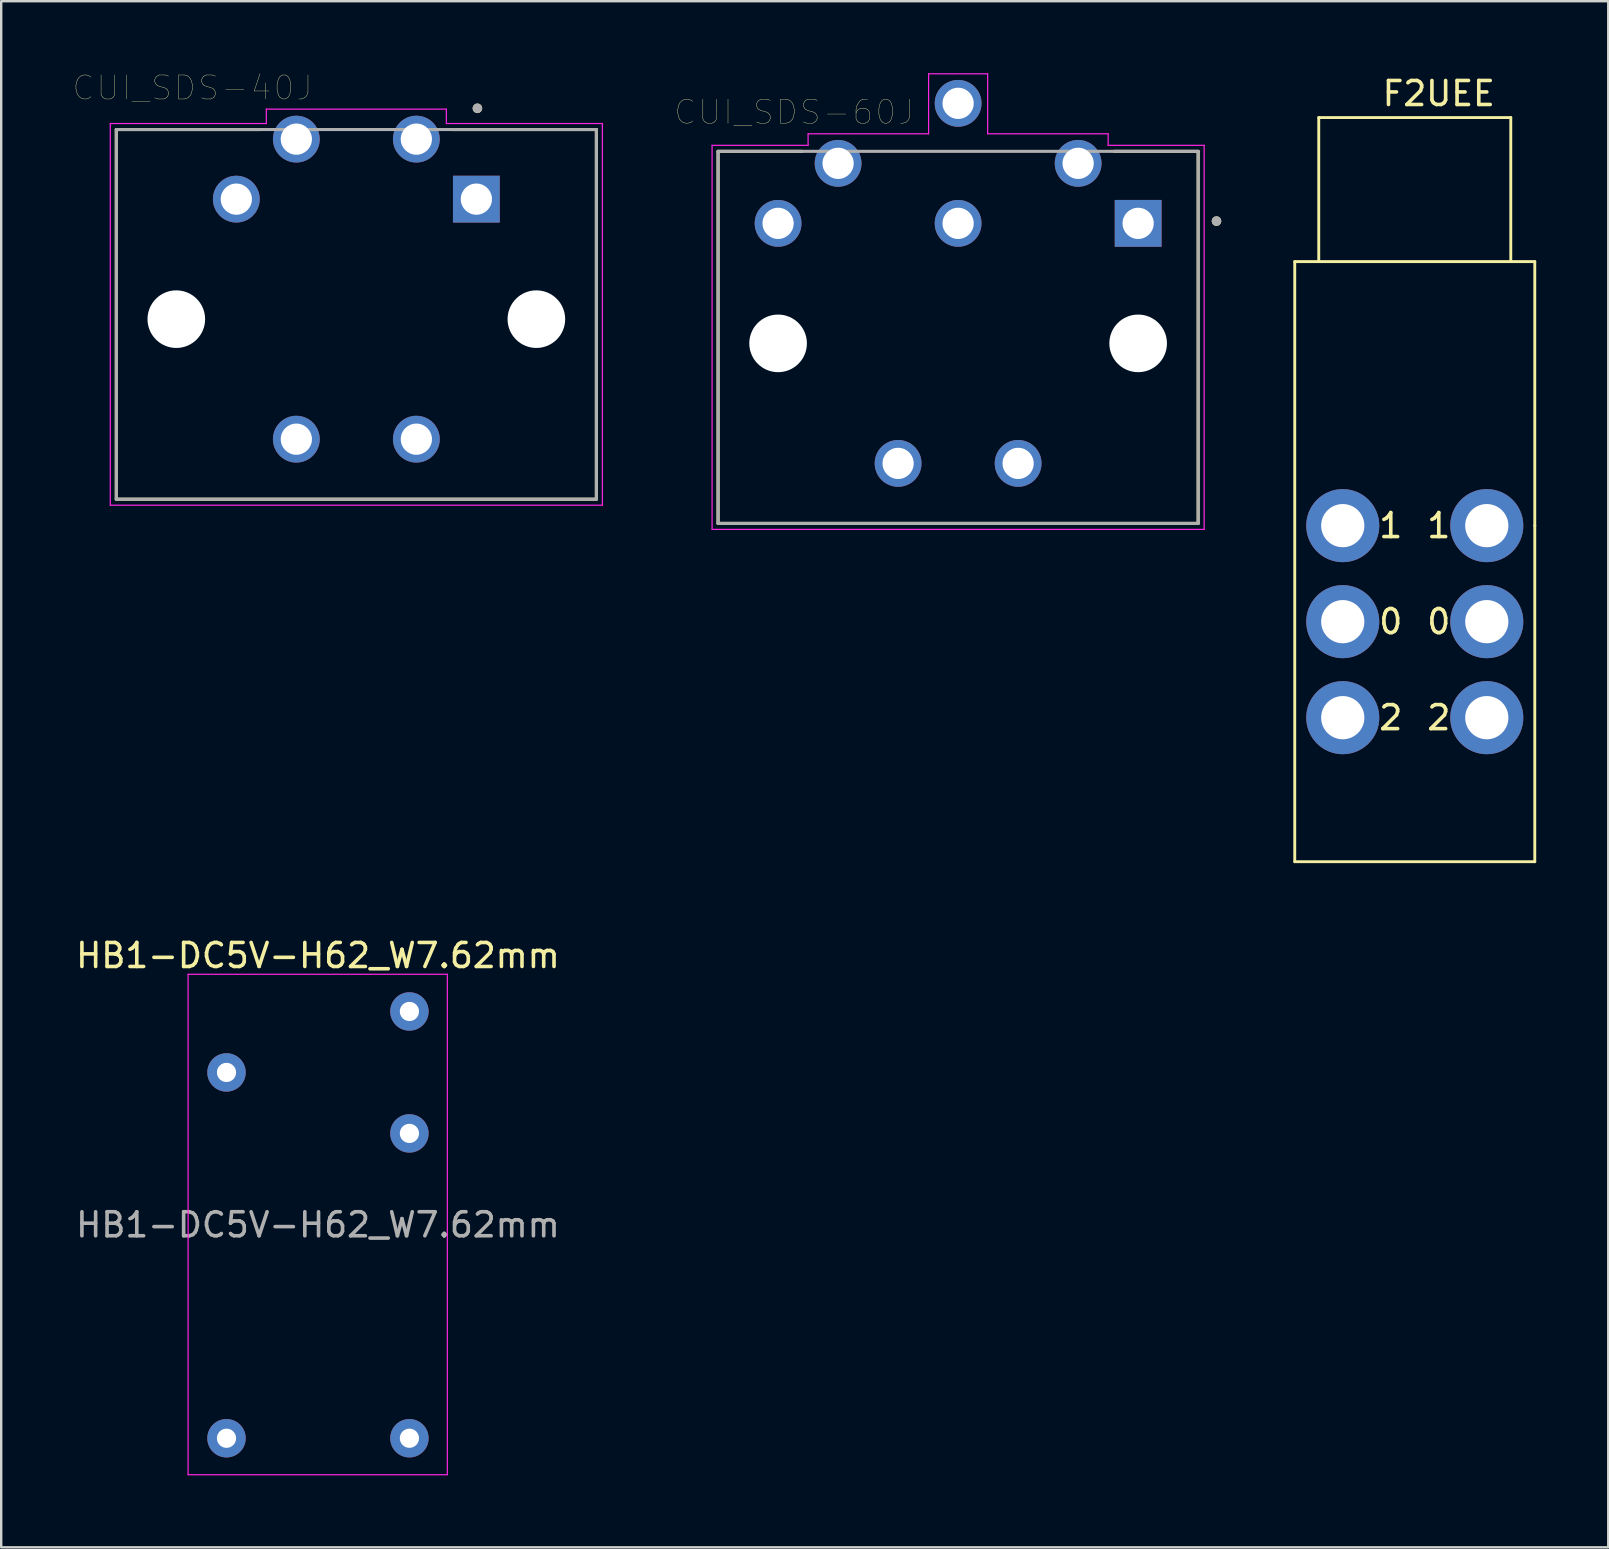
<source format=kicad_pcb>
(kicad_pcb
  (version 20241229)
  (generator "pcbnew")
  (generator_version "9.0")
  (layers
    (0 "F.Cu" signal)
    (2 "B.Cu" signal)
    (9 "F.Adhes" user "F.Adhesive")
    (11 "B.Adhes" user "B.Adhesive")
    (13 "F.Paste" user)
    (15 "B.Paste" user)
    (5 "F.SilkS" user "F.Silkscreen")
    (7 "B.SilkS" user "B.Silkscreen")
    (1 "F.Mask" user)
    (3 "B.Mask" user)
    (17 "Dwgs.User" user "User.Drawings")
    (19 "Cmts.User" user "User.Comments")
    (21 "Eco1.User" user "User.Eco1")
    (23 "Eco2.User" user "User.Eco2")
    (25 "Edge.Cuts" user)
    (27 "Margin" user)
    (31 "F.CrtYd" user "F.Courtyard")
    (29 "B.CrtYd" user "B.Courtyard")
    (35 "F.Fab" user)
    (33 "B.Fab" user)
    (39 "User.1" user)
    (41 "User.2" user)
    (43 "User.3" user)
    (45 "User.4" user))
  (footprint "CUI_SDS-60J"
    (layer "F.Cu")
    (at 36.865 11.255)
    (property "Reference" "CUI_SDS-60J" (at -6.825 -9.635 0) (layer "F.SilkS") (effects (font (size 1 1) (thickness 0.015))))
    (attr through_hole)
    (fp_line (start -10 -8) (end -6.5 -8) (stroke (width 0.127) (type solid)) (layer "F.SilkS"))
    (fp_line (start -10 7.5) (end -10 -8) (stroke (width 0.127) (type solid)) (layer "F.SilkS"))
    (fp_line (start -10 7.5) (end 10 7.5) (stroke (width 0.127) (type solid)) (layer "F.SilkS"))
    (fp_line (start 6.5 -8) (end 10 -8) (stroke (width 0.127) (type solid)) (layer "F.SilkS"))
    (fp_line (start 10 -8) (end 10 7.5) (stroke (width 0.127) (type solid)) (layer "F.SilkS"))
    (fp_circle (center 10.764 -5.094) (end 10.864 -5.094) (stroke (width 0.2) (type solid)) (fill no) (layer "F.SilkS"))
    (fp_line (start -10.25 -8.25) (end -6.25 -8.25) (stroke (width 0.05) (type solid)) (layer "F.CrtYd"))
    (fp_line (start -10.25 7.75) (end -10.25 -8.25) (stroke (width 0.05) (type solid)) (layer "F.CrtYd"))
    (fp_line (start -6.25 -8.73) (end -1.23 -8.73) (stroke (width 0.05) (type solid)) (layer "F.CrtYd"))
    (fp_line (start -6.25 -8.25) (end -6.25 -8.73) (stroke (width 0.05) (type solid)) (layer "F.CrtYd"))
    (fp_line (start -1.23 -11.23) (end 1.23 -11.23) (stroke (width 0.05) (type solid)) (layer "F.CrtYd"))
    (fp_line (start -1.23 -8.73) (end -1.23 -11.23) (stroke (width 0.05) (type solid)) (layer "F.CrtYd"))
    (fp_line (start 1.23 -11.23) (end 1.23 -8.73) (stroke (width 0.05) (type solid)) (layer "F.CrtYd"))
    (fp_line (start 1.23 -8.73) (end 6.25 -8.73) (stroke (width 0.05) (type solid)) (layer "F.CrtYd"))
    (fp_line (start 6.25 -8.73) (end 6.25 -8.25) (stroke (width 0.05) (type solid)) (layer "F.CrtYd"))
    (fp_line (start 6.25 -8.25) (end 10.25 -8.25) (stroke (width 0.05) (type solid)) (layer "F.CrtYd"))
    (fp_line (start 10.25 -8.25) (end 10.25 7.75) (stroke (width 0.05) (type solid)) (layer "F.CrtYd"))
    (fp_line (start 10.25 7.75) (end -10.25 7.75) (stroke (width 0.05) (type solid)) (layer "F.CrtYd"))
    (fp_line (start -10 -8) (end 10 -8) (stroke (width 0.127) (type solid)) (layer "F.Fab"))
    (fp_line (start -10 7.5) (end -10 -8) (stroke (width 0.127) (type solid)) (layer "F.Fab"))
    (fp_line (start 10 -8) (end 10 7.5) (stroke (width 0.127) (type solid)) (layer "F.Fab"))
    (fp_line (start 10 7.5) (end -10 7.5) (stroke (width 0.127) (type solid)) (layer "F.Fab"))
    (fp_circle (center 10.764 -5.094) (end 10.864 -5.094) (stroke (width 0.2) (type solid)) (fill no) (layer "F.Fab"))
    (pad "" np_thru_hole circle (at -7.5 0) (size 2.4 2.4) (drill 2.4) (layers "*.Cu" "*.Mask"))
    (pad "" np_thru_hole circle (at 7.5 0) (size 2.4 2.4) (drill 2.4) (layers "*.Cu" "*.Mask"))
    (pad "1" thru_hole rect (at 7.5 -5) (size 1.95 1.95) (drill 1.3) (layers "*.Cu" "*.Mask"))
    (pad "2" thru_hole circle (at 5 -7.5) (size 1.95 1.95) (drill 1.3) (layers "*.Cu" "*.Mask"))
    (pad "3" thru_hole circle (at 0 -5) (size 1.95 1.95) (drill 1.3) (layers "*.Cu" "*.Mask"))
    (pad "4" thru_hole circle (at -5 -7.5) (size 1.95 1.95) (drill 1.3) (layers "*.Cu" "*.Mask"))
    (pad "5" thru_hole circle (at -7.5 -5) (size 1.95 1.95) (drill 1.3) (layers "*.Cu" "*.Mask"))
    (pad "6" thru_hole circle (at 0 -10) (size 1.95 1.95) (drill 1.3) (layers "*.Cu" "*.Mask"))
    (pad "E1" thru_hole circle (at -2.5 5) (size 1.95 1.95) (drill 1.3) (layers "*.Cu" "*.Mask"))
    (pad "E2" thru_hole circle (at 2.5 5) (size 1.95 1.95) (drill 1.3) (layers "*.Cu" "*.Mask")))
  (footprint "F2UEE"
    (layer "F.Cu")
    (at 58.889 18.848)
    (property "Reference" "F2UEE" (at -2 -18 0) (layer "F.SilkS") (effects (font (size 1 1) (thickness 0.15))))
    (attr through_hole)
    (fp_line (start -8 -11) (end -8 14) (stroke (width 0.12) (type solid)) (layer "F.SilkS"))
    (fp_line (start -8 14) (end 2 14) (stroke (width 0.12) (type solid)) (layer "F.SilkS"))
    (fp_line (start -7 -17) (end 1 -17) (stroke (width 0.12) (type solid)) (layer "F.SilkS"))
    (fp_line (start -7 -11) (end -7 -17) (stroke (width 0.12) (type solid)) (layer "F.SilkS"))
    (fp_line (start 1 -17) (end 1 -11) (stroke (width 0.12) (type solid)) (layer "F.SilkS"))
    (fp_line (start 2 -11) (end -8 -11) (stroke (width 0.12) (type solid)) (layer "F.SilkS"))
    (fp_line (start 2 0) (end 2 -11) (stroke (width 0.12) (type solid)) (layer "F.SilkS"))
    (fp_line (start 2 14) (end 2 0) (stroke (width 0.12) (type solid)) (layer "F.SilkS"))
    (fp_text user "1" (at -2 0 0) (layer "F.SilkS") (effects (font (size 1 1) (thickness 0.15))))
    (fp_text user "0" (at -2 4 0) (layer "F.SilkS") (effects (font (size 1 1) (thickness 0.15))))
    (fp_text user "1" (at -4 0 0) (layer "F.SilkS") (effects (font (size 1 1) (thickness 0.15))))
    (fp_text user "2" (at -2 8 0) (layer "F.SilkS") (effects (font (size 1 1) (thickness 0.15))))
    (fp_text user "2" (at -4 8 0) (layer "F.SilkS") (effects (font (size 1 1) (thickness 0.15))))
    (fp_text user "0" (at -4 4 0) (layer "F.SilkS") (effects (font (size 1 1) (thickness 0.15))))
    (pad "1" thru_hole circle (at -6 0) (size 3.044 3.044) (drill 1.8) (layers "*.Cu" "*.Mask"))
    (pad "2" thru_hole circle (at -6 4) (size 3.044 3.044) (drill 1.8) (layers "*.Cu" "*.Mask"))
    (pad "3" thru_hole circle (at -6 8) (size 3.044 3.044) (drill 1.8) (layers "*.Cu" "*.Mask"))
    (pad "4" thru_hole circle (at 0 0) (size 3.044 3.044) (drill 1.8) (layers "*.Cu" "*.Mask"))
    (pad "5" thru_hole circle (at 0 4) (size 3.044 3.044) (drill 1.8) (layers "*.Cu" "*.Mask"))
    (pad "6" thru_hole circle (at 0 8) (size 3.044 3.044) (drill 1.8) (layers "*.Cu" "*.Mask")))
  (footprint "CUI_SDS-40J"
    (layer "F.Cu")
    (at 11.795 10.246)
    (property "Reference" "CUI_SDS-40J" (at -6.825 -9.635 0) (layer "F.SilkS") (effects (font (size 1 1) (thickness 0.015))))
    (attr through_hole)
    (fp_line (start -10 -7.9) (end -4 -7.9) (stroke (width 0.127) (type solid)) (layer "F.SilkS"))
    (fp_line (start -10 7.5) (end -10 -7.9) (stroke (width 0.127) (type solid)) (layer "F.SilkS"))
    (fp_line (start -10 7.5) (end 10 7.5) (stroke (width 0.127) (type solid)) (layer "F.SilkS"))
    (fp_line (start 4 -7.9) (end 10 -7.9) (stroke (width 0.127) (type solid)) (layer "F.SilkS"))
    (fp_line (start 10 -7.9) (end 10 7.5) (stroke (width 0.127) (type solid)) (layer "F.SilkS"))
    (fp_circle (center 5.044 -8.784) (end 5.144 -8.784) (stroke (width 0.2) (type solid)) (fill no) (layer "F.SilkS"))
    (fp_line (start -10.25 -8.15) (end -3.75 -8.15) (stroke (width 0.05) (type solid)) (layer "F.CrtYd"))
    (fp_line (start -10.25 7.75) (end -10.25 -8.15) (stroke (width 0.05) (type solid)) (layer "F.CrtYd"))
    (fp_line (start -3.75 -8.75) (end 3.75 -8.75) (stroke (width 0.05) (type solid)) (layer "F.CrtYd"))
    (fp_line (start -3.75 -8.15) (end -3.75 -8.75) (stroke (width 0.05) (type solid)) (layer "F.CrtYd"))
    (fp_line (start 3.75 -8.75) (end 3.75 -8.15) (stroke (width 0.05) (type solid)) (layer "F.CrtYd"))
    (fp_line (start 3.75 -8.15) (end 10.25 -8.15) (stroke (width 0.05) (type solid)) (layer "F.CrtYd"))
    (fp_line (start 10.25 -8.15) (end 10.25 7.75) (stroke (width 0.05) (type solid)) (layer "F.CrtYd"))
    (fp_line (start 10.25 7.75) (end -10.25 7.75) (stroke (width 0.05) (type solid)) (layer "F.CrtYd"))
    (fp_line (start -10 -7.9) (end 10 -7.9) (stroke (width 0.127) (type solid)) (layer "F.Fab"))
    (fp_line (start -10 7.5) (end -10 -7.9) (stroke (width 0.127) (type solid)) (layer "F.Fab"))
    (fp_line (start 10 -7.9) (end 10 7.5) (stroke (width 0.127) (type solid)) (layer "F.Fab"))
    (fp_line (start 10 7.5) (end -10 7.5) (stroke (width 0.127) (type solid)) (layer "F.Fab"))
    (fp_circle (center 5.044 -8.784) (end 5.144 -8.784) (stroke (width 0.2) (type solid)) (fill no) (layer "F.Fab"))
    (pad "" np_thru_hole circle (at -7.5 0) (size 2.4 2.4) (drill 2.4) (layers "*.Cu" "*.Mask"))
    (pad "" np_thru_hole circle (at 7.5 0) (size 2.4 2.4) (drill 2.4) (layers "*.Cu" "*.Mask"))
    (pad "1" thru_hole rect (at 5 -5) (size 1.95 1.95) (drill 1.3) (layers "*.Cu" "*.Mask"))
    (pad "2" thru_hole circle (at 2.5 -7.5) (size 1.95 1.95) (drill 1.3) (layers "*.Cu" "*.Mask"))
    (pad "3" thru_hole circle (at -2.5 -7.5) (size 1.95 1.95) (drill 1.3) (layers "*.Cu" "*.Mask"))
    (pad "4" thru_hole circle (at -5 -5) (size 1.95 1.95) (drill 1.3) (layers "*.Cu" "*.Mask"))
    (pad "E1" thru_hole circle (at -2.5 5) (size 1.95 1.95) (drill 1.3) (layers "*.Cu" "*.Mask"))
    (pad "E2" thru_hole circle (at 2.5 5) (size 1.95 1.95) (drill 1.3) (layers "*.Cu" "*.Mask")))
  (footprint "HB1-DC5V-H62_W7.62mm"
    (layer "F.Cu")
    (at 6.386 39.087)
    (property "Reference" "HB1-DC5V-H62_W7.62mm" (at 3.81 -2.33 0) (layer "F.SilkS") (effects (font (size 1 1) (thickness 0.15))))
    (attr through_hole)
    (fp_line (start -1.6 -1.55) (end -1.6 19.3) (stroke (width 0.05) (type solid)) (layer "F.CrtYd"))
    (fp_line (start -1.6 19.3) (end 9.2 19.3) (stroke (width 0.05) (type solid)) (layer "F.CrtYd"))
    (fp_line (start 9.2 -1.55) (end -1.6 -1.55) (stroke (width 0.05) (type solid)) (layer "F.CrtYd"))
    (fp_line (start 9.2 19.3) (end 9.2 -1.55) (stroke (width 0.05) (type solid)) (layer "F.CrtYd"))
    (fp_text user "${REFERENCE}" (at 3.81 8.89 0) (layer "F.Fab") (effects (font (size 1 1) (thickness 0.15))))
    (pad "2" thru_hole oval (at 0 2.54) (size 1.6 1.6) (drill 0.8) (layers "*.Cu" "*.Mask"))
    (pad "8" thru_hole oval (at 0 17.78) (size 1.6 1.6) (drill 0.8) (layers "*.Cu" "*.Mask"))
    (pad "9" thru_hole oval (at 7.62 17.78) (size 1.6 1.6) (drill 0.8) (layers "*.Cu" "*.Mask"))
    (pad "14" thru_hole oval (at 7.62 5.08) (size 1.6 1.6) (drill 0.8) (layers "*.Cu" "*.Mask"))
    (pad "16" thru_hole oval (at 7.62 0) (size 1.6 1.6) (drill 0.8) (layers "*.Cu" "*.Mask")))
  (gr_rect
    (start -3 -3)
    (end 63.949 61.411)
    (stroke (width 0.1) (type default))
    (fill no)
    (layer "Edge.Cuts")))
</source>
